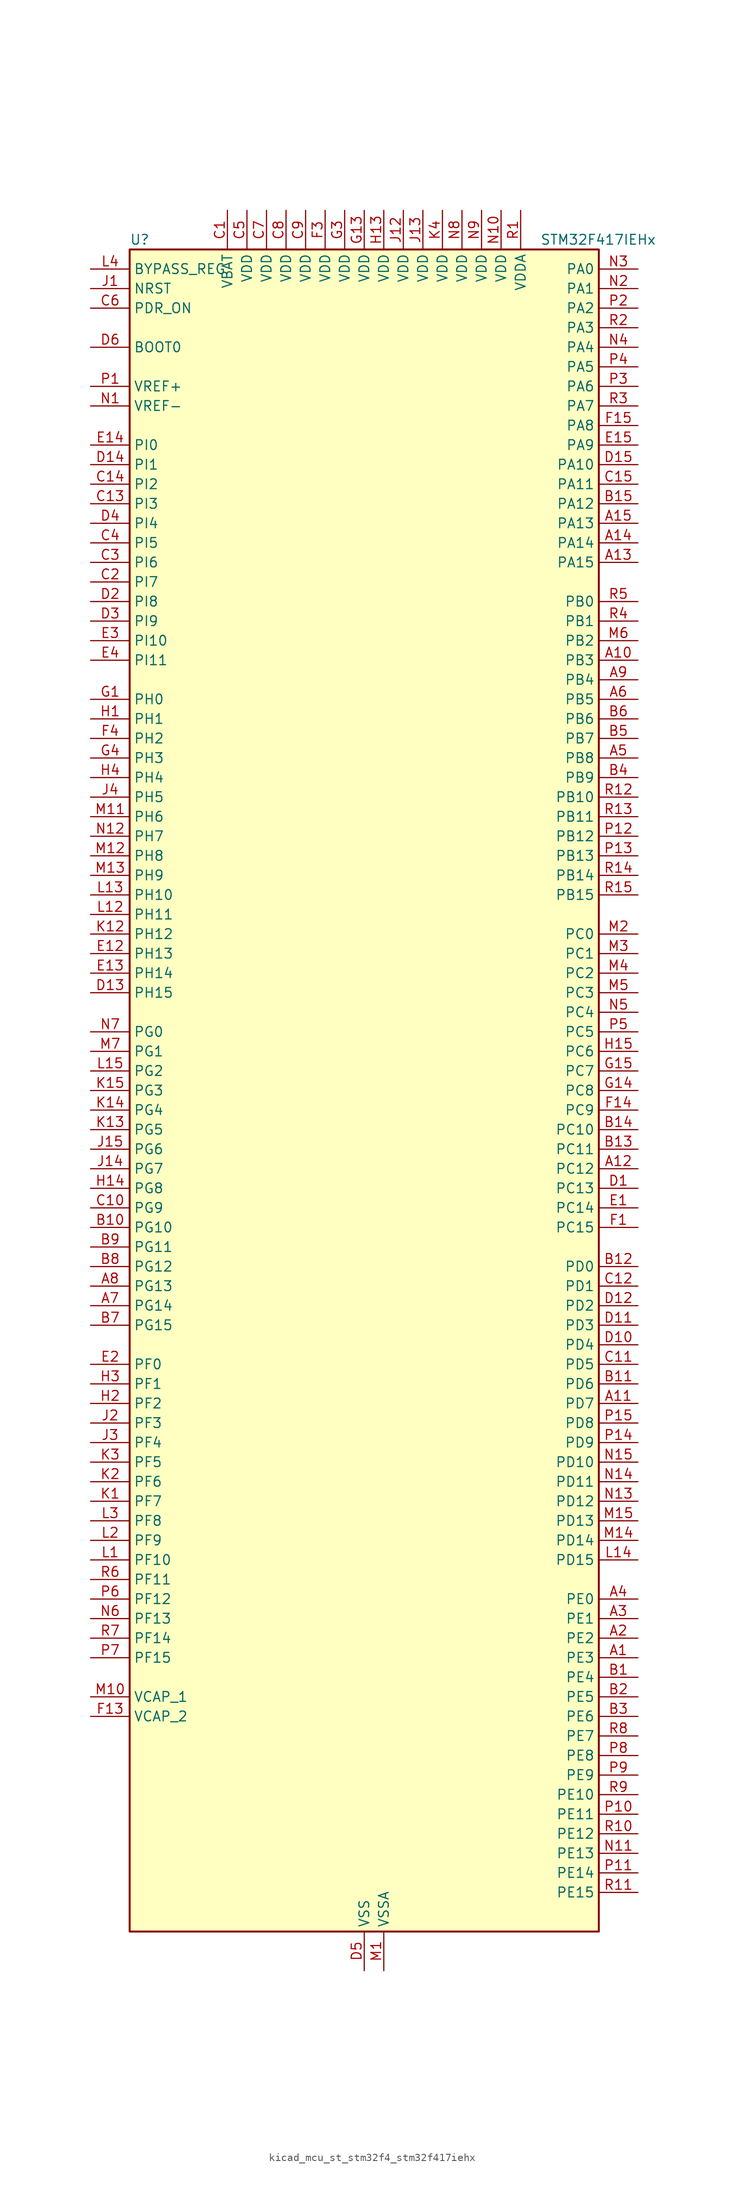
<source format=kicad_sym>
(kicad_symbol_lib
  (version 20220914)
  (generator kicad_symbol_editor)
  (symbol "kicad_mcu_st_stm32f4_stm32f417iehx"
    (property "Reference" "U"
      (at -30.48 110.49 0)
      (effects (font (size 1.27 1.27)) (justify left)))
    (property "Value" "STM32F417IEHx"
      (at 22.86 110.49 0)
      (effects (font (size 1.27 1.27)) (justify left)))
    (property "ki_locked" ""
      (at 0 0 0)
      (effects (font (size 1.27 1.27))))
    (symbol "kicad_mcu_st_stm32f4_stm32f417iehx_0_1"
      (rectangle (start -30.48 -109.22) (end 30.48 109.22) (stroke (width 0.254) (type default)) (fill (type background))))
    (symbol "kicad_mcu_st_stm32f4_stm32f417iehx_1_1"
      (pin bidirectional line (at 35.56 -73.66 180) (length 5.08) (name "PE3" (effects (font (size 1.27 1.27)))) (number "A1" (effects (font (size 1.27 1.27)))) (alternate "FSMC_A19" bidirectional line) (alternate "SYS_TRACED0" bidirectional line))
      (pin bidirectional line (at 35.56 55.88 180) (length 5.08) (name "PB3" (effects (font (size 1.27 1.27)))) (number "A10" (effects (font (size 1.27 1.27)))) (alternate "I2S3_CK" bidirectional line) (alternate "SPI1_SCK" bidirectional line) (alternate "SPI3_SCK" bidirectional line) (alternate "SYS_JTDO-SWO" bidirectional line) (alternate "TIM2_CH2" bidirectional line))
      (pin bidirectional line (at 35.56 -40.64 180) (length 5.08) (name "PD7" (effects (font (size 1.27 1.27)))) (number "A11" (effects (font (size 1.27 1.27)))) (alternate "FSMC_NCE2" bidirectional line) (alternate "FSMC_NE1" bidirectional line) (alternate "USART2_CK" bidirectional line))
      (pin bidirectional line (at 35.56 -10.16 180) (length 5.08) (name "PC12" (effects (font (size 1.27 1.27)))) (number "A12" (effects (font (size 1.27 1.27)))) (alternate "DCMI_D9" bidirectional line) (alternate "I2S3_SD" bidirectional line) (alternate "SDIO_CK" bidirectional line) (alternate "SPI3_MOSI" bidirectional line) (alternate "UART5_TX" bidirectional line) (alternate "USART3_CK" bidirectional line))
      (pin bidirectional line (at 35.56 68.58 180) (length 5.08) (name "PA15" (effects (font (size 1.27 1.27)))) (number "A13" (effects (font (size 1.27 1.27)))) (alternate "ADC1_EXTI15" bidirectional line) (alternate "ADC2_EXTI15" bidirectional line) (alternate "ADC3_EXTI15" bidirectional line) (alternate "I2S3_WS" bidirectional line) (alternate "SPI1_NSS" bidirectional line) (alternate "SPI3_NSS" bidirectional line) (alternate "SYS_JTDI" bidirectional line) (alternate "TIM2_CH1" bidirectional line) (alternate "TIM2_ETR" bidirectional line))
      (pin bidirectional line (at 35.56 71.12 180) (length 5.08) (name "PA14" (effects (font (size 1.27 1.27)))) (number "A14" (effects (font (size 1.27 1.27)))) (alternate "SYS_JTCK-SWCLK" bidirectional line))
      (pin bidirectional line (at 35.56 73.66 180) (length 5.08) (name "PA13" (effects (font (size 1.27 1.27)))) (number "A15" (effects (font (size 1.27 1.27)))) (alternate "SYS_JTMS-SWDIO" bidirectional line))
      (pin bidirectional line (at 35.56 -71.12 180) (length 5.08) (name "PE2" (effects (font (size 1.27 1.27)))) (number "A2" (effects (font (size 1.27 1.27)))) (alternate "ETH_TXD3" bidirectional line) (alternate "FSMC_A23" bidirectional line) (alternate "SYS_TRACECLK" bidirectional line))
      (pin bidirectional line (at 35.56 -68.58 180) (length 5.08) (name "PE1" (effects (font (size 1.27 1.27)))) (number "A3" (effects (font (size 1.27 1.27)))) (alternate "DCMI_D3" bidirectional line) (alternate "FSMC_NBL1" bidirectional line))
      (pin bidirectional line (at 35.56 -66.04 180) (length 5.08) (name "PE0" (effects (font (size 1.27 1.27)))) (number "A4" (effects (font (size 1.27 1.27)))) (alternate "DCMI_D2" bidirectional line) (alternate "FSMC_NBL0" bidirectional line) (alternate "TIM4_ETR" bidirectional line))
      (pin bidirectional line (at 35.56 43.18 180) (length 5.08) (name "PB8" (effects (font (size 1.27 1.27)))) (number "A5" (effects (font (size 1.27 1.27)))) (alternate "CAN1_RX" bidirectional line) (alternate "DCMI_D6" bidirectional line) (alternate "ETH_TXD3" bidirectional line) (alternate "I2C1_SCL" bidirectional line) (alternate "SDIO_D4" bidirectional line) (alternate "TIM10_CH1" bidirectional line) (alternate "TIM4_CH3" bidirectional line))
      (pin bidirectional line (at 35.56 50.8 180) (length 5.08) (name "PB5" (effects (font (size 1.27 1.27)))) (number "A6" (effects (font (size 1.27 1.27)))) (alternate "CAN2_RX" bidirectional line) (alternate "DCMI_D10" bidirectional line) (alternate "ETH_PPS_OUT" bidirectional line) (alternate "I2C1_SMBA" bidirectional line) (alternate "I2S3_SD" bidirectional line) (alternate "SPI1_MOSI" bidirectional line) (alternate "SPI3_MOSI" bidirectional line) (alternate "TIM3_CH2" bidirectional line) (alternate "USB_OTG_HS_ULPI_D7" bidirectional line))
      (pin bidirectional line (at -35.56 -27.94 0) (length 5.08) (name "PG14" (effects (font (size 1.27 1.27)))) (number "A7" (effects (font (size 1.27 1.27)))) (alternate "ETH_TXD1" bidirectional line) (alternate "FSMC_A25" bidirectional line) (alternate "USART6_TX" bidirectional line))
      (pin bidirectional line (at -35.56 -25.4 0) (length 5.08) (name "PG13" (effects (font (size 1.27 1.27)))) (number "A8" (effects (font (size 1.27 1.27)))) (alternate "ETH_TXD0" bidirectional line) (alternate "FSMC_A24" bidirectional line) (alternate "USART6_CTS" bidirectional line))
      (pin bidirectional line (at 35.56 53.34 180) (length 5.08) (name "PB4" (effects (font (size 1.27 1.27)))) (number "A9" (effects (font (size 1.27 1.27)))) (alternate "I2S3_ext_SD" bidirectional line) (alternate "SPI1_MISO" bidirectional line) (alternate "SPI3_MISO" bidirectional line) (alternate "SYS_JTRST" bidirectional line) (alternate "TIM3_CH1" bidirectional line))
      (pin bidirectional line (at 35.56 -76.2 180) (length 5.08) (name "PE4" (effects (font (size 1.27 1.27)))) (number "B1" (effects (font (size 1.27 1.27)))) (alternate "DCMI_D4" bidirectional line) (alternate "FSMC_A20" bidirectional line) (alternate "SYS_TRACED1" bidirectional line))
      (pin bidirectional line (at -35.56 -17.78 0) (length 5.08) (name "PG10" (effects (font (size 1.27 1.27)))) (number "B10" (effects (font (size 1.27 1.27)))) (alternate "FSMC_NCE4_1" bidirectional line) (alternate "FSMC_NE3" bidirectional line))
      (pin bidirectional line (at 35.56 -38.1 180) (length 5.08) (name "PD6" (effects (font (size 1.27 1.27)))) (number "B11" (effects (font (size 1.27 1.27)))) (alternate "FSMC_NWAIT" bidirectional line) (alternate "USART2_RX" bidirectional line))
      (pin bidirectional line (at 35.56 -22.86 180) (length 5.08) (name "PD0" (effects (font (size 1.27 1.27)))) (number "B12" (effects (font (size 1.27 1.27)))) (alternate "CAN1_RX" bidirectional line) (alternate "FSMC_D2" bidirectional line) (alternate "FSMC_DA2" bidirectional line))
      (pin bidirectional line (at 35.56 -7.62 180) (length 5.08) (name "PC11" (effects (font (size 1.27 1.27)))) (number "B13" (effects (font (size 1.27 1.27)))) (alternate "ADC1_EXTI11" bidirectional line) (alternate "ADC2_EXTI11" bidirectional line) (alternate "ADC3_EXTI11" bidirectional line) (alternate "DCMI_D4" bidirectional line) (alternate "I2S3_ext_SD" bidirectional line) (alternate "SDIO_D3" bidirectional line) (alternate "SPI3_MISO" bidirectional line) (alternate "UART4_RX" bidirectional line) (alternate "USART3_RX" bidirectional line))
      (pin bidirectional line (at 35.56 -5.08 180) (length 5.08) (name "PC10" (effects (font (size 1.27 1.27)))) (number "B14" (effects (font (size 1.27 1.27)))) (alternate "DCMI_D8" bidirectional line) (alternate "I2S3_CK" bidirectional line) (alternate "SDIO_D2" bidirectional line) (alternate "SPI3_SCK" bidirectional line) (alternate "UART4_TX" bidirectional line) (alternate "USART3_TX" bidirectional line))
      (pin bidirectional line (at 35.56 76.2 180) (length 5.08) (name "PA12" (effects (font (size 1.27 1.27)))) (number "B15" (effects (font (size 1.27 1.27)))) (alternate "CAN1_TX" bidirectional line) (alternate "TIM1_ETR" bidirectional line) (alternate "USART1_RTS" bidirectional line) (alternate "USB_OTG_FS_DP" bidirectional line))
      (pin bidirectional line (at 35.56 -78.74 180) (length 5.08) (name "PE5" (effects (font (size 1.27 1.27)))) (number "B2" (effects (font (size 1.27 1.27)))) (alternate "DCMI_D6" bidirectional line) (alternate "FSMC_A21" bidirectional line) (alternate "SYS_TRACED2" bidirectional line) (alternate "TIM9_CH1" bidirectional line))
      (pin bidirectional line (at 35.56 -81.28 180) (length 5.08) (name "PE6" (effects (font (size 1.27 1.27)))) (number "B3" (effects (font (size 1.27 1.27)))) (alternate "DCMI_D7" bidirectional line) (alternate "FSMC_A22" bidirectional line) (alternate "SYS_TRACED3" bidirectional line) (alternate "TIM9_CH2" bidirectional line))
      (pin bidirectional line (at 35.56 40.64 180) (length 5.08) (name "PB9" (effects (font (size 1.27 1.27)))) (number "B4" (effects (font (size 1.27 1.27)))) (alternate "CAN1_TX" bidirectional line) (alternate "DAC_EXTI9" bidirectional line) (alternate "DCMI_D7" bidirectional line) (alternate "I2C1_SDA" bidirectional line) (alternate "I2S2_WS" bidirectional line) (alternate "SDIO_D5" bidirectional line) (alternate "SPI2_NSS" bidirectional line) (alternate "TIM11_CH1" bidirectional line) (alternate "TIM4_CH4" bidirectional line))
      (pin bidirectional line (at 35.56 45.72 180) (length 5.08) (name "PB7" (effects (font (size 1.27 1.27)))) (number "B5" (effects (font (size 1.27 1.27)))) (alternate "DCMI_VSYNC" bidirectional line) (alternate "FSMC_NL" bidirectional line) (alternate "I2C1_SDA" bidirectional line) (alternate "TIM4_CH2" bidirectional line) (alternate "USART1_RX" bidirectional line))
      (pin bidirectional line (at 35.56 48.26 180) (length 5.08) (name "PB6" (effects (font (size 1.27 1.27)))) (number "B6" (effects (font (size 1.27 1.27)))) (alternate "CAN2_TX" bidirectional line) (alternate "DCMI_D5" bidirectional line) (alternate "I2C1_SCL" bidirectional line) (alternate "TIM4_CH1" bidirectional line) (alternate "USART1_TX" bidirectional line))
      (pin bidirectional line (at -35.56 -30.48 0) (length 5.08) (name "PG15" (effects (font (size 1.27 1.27)))) (number "B7" (effects (font (size 1.27 1.27)))) (alternate "ADC1_EXTI15" bidirectional line) (alternate "ADC2_EXTI15" bidirectional line) (alternate "ADC3_EXTI15" bidirectional line) (alternate "DCMI_D13" bidirectional line) (alternate "USART6_CTS" bidirectional line))
      (pin bidirectional line (at -35.56 -22.86 0) (length 5.08) (name "PG12" (effects (font (size 1.27 1.27)))) (number "B8" (effects (font (size 1.27 1.27)))) (alternate "FSMC_NE4" bidirectional line) (alternate "USART6_RTS" bidirectional line))
      (pin bidirectional line (at -35.56 -20.32 0) (length 5.08) (name "PG11" (effects (font (size 1.27 1.27)))) (number "B9" (effects (font (size 1.27 1.27)))) (alternate "ADC1_EXTI11" bidirectional line) (alternate "ADC2_EXTI11" bidirectional line) (alternate "ADC3_EXTI11" bidirectional line) (alternate "ETH_TX_EN" bidirectional line) (alternate "FSMC_NCE4_2" bidirectional line))
      (pin power_in line (at -17.78 114.3 270) (length 5.08) (name "VBAT" (effects (font (size 1.27 1.27)))) (number "C1" (effects (font (size 1.27 1.27)))))
      (pin bidirectional line (at -35.56 -15.24 0) (length 5.08) (name "PG9" (effects (font (size 1.27 1.27)))) (number "C10" (effects (font (size 1.27 1.27)))) (alternate "DAC_EXTI9" bidirectional line) (alternate "FSMC_NCE3" bidirectional line) (alternate "FSMC_NE2" bidirectional line) (alternate "USART6_RX" bidirectional line))
      (pin bidirectional line (at 35.56 -35.56 180) (length 5.08) (name "PD5" (effects (font (size 1.27 1.27)))) (number "C11" (effects (font (size 1.27 1.27)))) (alternate "FSMC_NWE" bidirectional line) (alternate "USART2_TX" bidirectional line))
      (pin bidirectional line (at 35.56 -25.4 180) (length 5.08) (name "PD1" (effects (font (size 1.27 1.27)))) (number "C12" (effects (font (size 1.27 1.27)))) (alternate "CAN1_TX" bidirectional line) (alternate "FSMC_D3" bidirectional line) (alternate "FSMC_DA3" bidirectional line))
      (pin bidirectional line (at -35.56 76.2 0) (length 5.08) (name "PI3" (effects (font (size 1.27 1.27)))) (number "C13" (effects (font (size 1.27 1.27)))) (alternate "DCMI_D10" bidirectional line) (alternate "I2S2_SD" bidirectional line) (alternate "SPI2_MOSI" bidirectional line) (alternate "TIM8_ETR" bidirectional line))
      (pin bidirectional line (at -35.56 78.74 0) (length 5.08) (name "PI2" (effects (font (size 1.27 1.27)))) (number "C14" (effects (font (size 1.27 1.27)))) (alternate "DCMI_D9" bidirectional line) (alternate "I2S2_ext_SD" bidirectional line) (alternate "SPI2_MISO" bidirectional line) (alternate "TIM8_CH4" bidirectional line))
      (pin bidirectional line (at 35.56 78.74 180) (length 5.08) (name "PA11" (effects (font (size 1.27 1.27)))) (number "C15" (effects (font (size 1.27 1.27)))) (alternate "ADC1_EXTI11" bidirectional line) (alternate "ADC2_EXTI11" bidirectional line) (alternate "ADC3_EXTI11" bidirectional line) (alternate "CAN1_RX" bidirectional line) (alternate "TIM1_CH4" bidirectional line) (alternate "USART1_CTS" bidirectional line) (alternate "USB_OTG_FS_DM" bidirectional line))
      (pin bidirectional line (at -35.56 66.04 0) (length 5.08) (name "PI7" (effects (font (size 1.27 1.27)))) (number "C2" (effects (font (size 1.27 1.27)))) (alternate "DCMI_D7" bidirectional line) (alternate "TIM8_CH3" bidirectional line))
      (pin bidirectional line (at -35.56 68.58 0) (length 5.08) (name "PI6" (effects (font (size 1.27 1.27)))) (number "C3" (effects (font (size 1.27 1.27)))) (alternate "DCMI_D6" bidirectional line) (alternate "TIM8_CH2" bidirectional line))
      (pin bidirectional line (at -35.56 71.12 0) (length 5.08) (name "PI5" (effects (font (size 1.27 1.27)))) (number "C4" (effects (font (size 1.27 1.27)))) (alternate "DCMI_VSYNC" bidirectional line) (alternate "TIM8_CH1" bidirectional line))
      (pin power_in line (at -15.24 114.3 270) (length 5.08) (name "VDD" (effects (font (size 1.27 1.27)))) (number "C5" (effects (font (size 1.27 1.27)))))
      (pin input line (at -35.56 101.6 0) (length 5.08) (name "PDR_ON" (effects (font (size 1.27 1.27)))) (number "C6" (effects (font (size 1.27 1.27)))))
      (pin power_in line (at -12.7 114.3 270) (length 5.08) (name "VDD" (effects (font (size 1.27 1.27)))) (number "C7" (effects (font (size 1.27 1.27)))))
      (pin power_in line (at -10.16 114.3 270) (length 5.08) (name "VDD" (effects (font (size 1.27 1.27)))) (number "C8" (effects (font (size 1.27 1.27)))))
      (pin power_in line (at -7.62 114.3 270) (length 5.08) (name "VDD" (effects (font (size 1.27 1.27)))) (number "C9" (effects (font (size 1.27 1.27)))))
      (pin bidirectional line (at 35.56 -12.7 180) (length 5.08) (name "PC13" (effects (font (size 1.27 1.27)))) (number "D1" (effects (font (size 1.27 1.27)))) (alternate "RTC_AF1" bidirectional line))
      (pin bidirectional line (at 35.56 -33.02 180) (length 5.08) (name "PD4" (effects (font (size 1.27 1.27)))) (number "D10" (effects (font (size 1.27 1.27)))) (alternate "FSMC_NOE" bidirectional line) (alternate "USART2_RTS" bidirectional line))
      (pin bidirectional line (at 35.56 -30.48 180) (length 5.08) (name "PD3" (effects (font (size 1.27 1.27)))) (number "D11" (effects (font (size 1.27 1.27)))) (alternate "FSMC_CLK" bidirectional line) (alternate "USART2_CTS" bidirectional line))
      (pin bidirectional line (at 35.56 -27.94 180) (length 5.08) (name "PD2" (effects (font (size 1.27 1.27)))) (number "D12" (effects (font (size 1.27 1.27)))) (alternate "DCMI_D11" bidirectional line) (alternate "SDIO_CMD" bidirectional line) (alternate "TIM3_ETR" bidirectional line) (alternate "UART5_RX" bidirectional line))
      (pin bidirectional line (at -35.56 12.7 0) (length 5.08) (name "PH15" (effects (font (size 1.27 1.27)))) (number "D13" (effects (font (size 1.27 1.27)))) (alternate "ADC1_EXTI15" bidirectional line) (alternate "ADC2_EXTI15" bidirectional line) (alternate "ADC3_EXTI15" bidirectional line) (alternate "DCMI_D11" bidirectional line) (alternate "TIM8_CH3N" bidirectional line))
      (pin bidirectional line (at -35.56 81.28 0) (length 5.08) (name "PI1" (effects (font (size 1.27 1.27)))) (number "D14" (effects (font (size 1.27 1.27)))) (alternate "DCMI_D8" bidirectional line) (alternate "I2S2_CK" bidirectional line) (alternate "SPI2_SCK" bidirectional line))
      (pin bidirectional line (at 35.56 81.28 180) (length 5.08) (name "PA10" (effects (font (size 1.27 1.27)))) (number "D15" (effects (font (size 1.27 1.27)))) (alternate "DCMI_D1" bidirectional line) (alternate "TIM1_CH3" bidirectional line) (alternate "USART1_RX" bidirectional line) (alternate "USB_OTG_FS_ID" bidirectional line))
      (pin bidirectional line (at -35.56 63.5 0) (length 5.08) (name "PI8" (effects (font (size 1.27 1.27)))) (number "D2" (effects (font (size 1.27 1.27)))) (alternate "RTC_AF2" bidirectional line))
      (pin bidirectional line (at -35.56 60.96 0) (length 5.08) (name "PI9" (effects (font (size 1.27 1.27)))) (number "D3" (effects (font (size 1.27 1.27)))) (alternate "CAN1_RX" bidirectional line) (alternate "DAC_EXTI9" bidirectional line))
      (pin bidirectional line (at -35.56 73.66 0) (length 5.08) (name "PI4" (effects (font (size 1.27 1.27)))) (number "D4" (effects (font (size 1.27 1.27)))) (alternate "DCMI_D5" bidirectional line) (alternate "TIM8_BKIN" bidirectional line))
      (pin power_in line (at 0 -114.3 90) (length 5.08) (name "VSS" (effects (font (size 1.27 1.27)))) (number "D5" (effects (font (size 1.27 1.27)))))
      (pin input line (at -35.56 96.52 0) (length 5.08) (name "BOOT0" (effects (font (size 1.27 1.27)))) (number "D6" (effects (font (size 1.27 1.27)))))
      (pin passive line (at 0 -114.3 90) (length 5.08) hide (name "VSS" (effects (font (size 1.27 1.27)))) (number "D7" (effects (font (size 1.27 1.27)))))
      (pin passive line (at 0 -114.3 90) (length 5.08) hide (name "VSS" (effects (font (size 1.27 1.27)))) (number "D8" (effects (font (size 1.27 1.27)))))
      (pin passive line (at 0 -114.3 90) (length 5.08) hide (name "VSS" (effects (font (size 1.27 1.27)))) (number "D9" (effects (font (size 1.27 1.27)))))
      (pin bidirectional line (at 35.56 -15.24 180) (length 5.08) (name "PC14" (effects (font (size 1.27 1.27)))) (number "E1" (effects (font (size 1.27 1.27)))) (alternate "RCC_OSC32_IN" bidirectional line))
      (pin bidirectional line (at -35.56 17.78 0) (length 5.08) (name "PH13" (effects (font (size 1.27 1.27)))) (number "E12" (effects (font (size 1.27 1.27)))) (alternate "CAN1_TX" bidirectional line) (alternate "TIM8_CH1N" bidirectional line))
      (pin bidirectional line (at -35.56 15.24 0) (length 5.08) (name "PH14" (effects (font (size 1.27 1.27)))) (number "E13" (effects (font (size 1.27 1.27)))) (alternate "DCMI_D4" bidirectional line) (alternate "TIM8_CH2N" bidirectional line))
      (pin bidirectional line (at -35.56 83.82 0) (length 5.08) (name "PI0" (effects (font (size 1.27 1.27)))) (number "E14" (effects (font (size 1.27 1.27)))) (alternate "DCMI_D13" bidirectional line) (alternate "I2S2_WS" bidirectional line) (alternate "SPI2_NSS" bidirectional line) (alternate "TIM5_CH4" bidirectional line))
      (pin bidirectional line (at 35.56 83.82 180) (length 5.08) (name "PA9" (effects (font (size 1.27 1.27)))) (number "E15" (effects (font (size 1.27 1.27)))) (alternate "DAC_EXTI9" bidirectional line) (alternate "DCMI_D0" bidirectional line) (alternate "I2C3_SMBA" bidirectional line) (alternate "TIM1_CH2" bidirectional line) (alternate "USART1_TX" bidirectional line) (alternate "USB_OTG_FS_VBUS" bidirectional line))
      (pin bidirectional line (at -35.56 -35.56 0) (length 5.08) (name "PF0" (effects (font (size 1.27 1.27)))) (number "E2" (effects (font (size 1.27 1.27)))) (alternate "FSMC_A0" bidirectional line) (alternate "I2C2_SDA" bidirectional line))
      (pin bidirectional line (at -35.56 58.42 0) (length 5.08) (name "PI10" (effects (font (size 1.27 1.27)))) (number "E3" (effects (font (size 1.27 1.27)))) (alternate "ETH_RX_ER" bidirectional line))
      (pin bidirectional line (at -35.56 55.88 0) (length 5.08) (name "PI11" (effects (font (size 1.27 1.27)))) (number "E4" (effects (font (size 1.27 1.27)))) (alternate "ADC1_EXTI11" bidirectional line) (alternate "ADC2_EXTI11" bidirectional line) (alternate "ADC3_EXTI11" bidirectional line) (alternate "USB_OTG_HS_ULPI_DIR" bidirectional line))
      (pin bidirectional line (at 35.56 -17.78 180) (length 5.08) (name "PC15" (effects (font (size 1.27 1.27)))) (number "F1" (effects (font (size 1.27 1.27)))) (alternate "ADC1_EXTI15" bidirectional line) (alternate "ADC2_EXTI15" bidirectional line) (alternate "ADC3_EXTI15" bidirectional line) (alternate "RCC_OSC32_OUT" bidirectional line))
      (pin passive line (at 0 -114.3 90) (length 5.08) hide (name "VSS" (effects (font (size 1.27 1.27)))) (number "F10" (effects (font (size 1.27 1.27)))))
      (pin passive line (at 0 -114.3 90) (length 5.08) hide (name "VSS" (effects (font (size 1.27 1.27)))) (number "F12" (effects (font (size 1.27 1.27)))))
      (pin power_out line (at -35.56 -81.28 0) (length 5.08) (name "VCAP_2" (effects (font (size 1.27 1.27)))) (number "F13" (effects (font (size 1.27 1.27)))))
      (pin bidirectional line (at 35.56 -2.54 180) (length 5.08) (name "PC9" (effects (font (size 1.27 1.27)))) (number "F14" (effects (font (size 1.27 1.27)))) (alternate "DAC_EXTI9" bidirectional line) (alternate "DCMI_D3" bidirectional line) (alternate "I2C3_SDA" bidirectional line) (alternate "I2S_CKIN" bidirectional line) (alternate "RCC_MCO_2" bidirectional line) (alternate "SDIO_D1" bidirectional line) (alternate "TIM3_CH4" bidirectional line) (alternate "TIM8_CH4" bidirectional line))
      (pin bidirectional line (at 35.56 86.36 180) (length 5.08) (name "PA8" (effects (font (size 1.27 1.27)))) (number "F15" (effects (font (size 1.27 1.27)))) (alternate "I2C3_SCL" bidirectional line) (alternate "RCC_MCO_1" bidirectional line) (alternate "TIM1_CH1" bidirectional line) (alternate "USART1_CK" bidirectional line) (alternate "USB_OTG_FS_SOF" bidirectional line))
      (pin passive line (at 0 -114.3 90) (length 5.08) hide (name "VSS" (effects (font (size 1.27 1.27)))) (number "F2" (effects (font (size 1.27 1.27)))))
      (pin power_in line (at -5.08 114.3 270) (length 5.08) (name "VDD" (effects (font (size 1.27 1.27)))) (number "F3" (effects (font (size 1.27 1.27)))))
      (pin bidirectional line (at -35.56 45.72 0) (length 5.08) (name "PH2" (effects (font (size 1.27 1.27)))) (number "F4" (effects (font (size 1.27 1.27)))) (alternate "ETH_CRS" bidirectional line))
      (pin passive line (at 0 -114.3 90) (length 5.08) hide (name "VSS" (effects (font (size 1.27 1.27)))) (number "F6" (effects (font (size 1.27 1.27)))))
      (pin passive line (at 0 -114.3 90) (length 5.08) hide (name "VSS" (effects (font (size 1.27 1.27)))) (number "F7" (effects (font (size 1.27 1.27)))))
      (pin passive line (at 0 -114.3 90) (length 5.08) hide (name "VSS" (effects (font (size 1.27 1.27)))) (number "F8" (effects (font (size 1.27 1.27)))))
      (pin passive line (at 0 -114.3 90) (length 5.08) hide (name "VSS" (effects (font (size 1.27 1.27)))) (number "F9" (effects (font (size 1.27 1.27)))))
      (pin bidirectional line (at -35.56 50.8 0) (length 5.08) (name "PH0" (effects (font (size 1.27 1.27)))) (number "G1" (effects (font (size 1.27 1.27)))) (alternate "RCC_OSC_IN" bidirectional line))
      (pin passive line (at 0 -114.3 90) (length 5.08) hide (name "VSS" (effects (font (size 1.27 1.27)))) (number "G10" (effects (font (size 1.27 1.27)))))
      (pin passive line (at 0 -114.3 90) (length 5.08) hide (name "VSS" (effects (font (size 1.27 1.27)))) (number "G12" (effects (font (size 1.27 1.27)))))
      (pin power_in line (at 0 114.3 270) (length 5.08) (name "VDD" (effects (font (size 1.27 1.27)))) (number "G13" (effects (font (size 1.27 1.27)))))
      (pin bidirectional line (at 35.56 0 180) (length 5.08) (name "PC8" (effects (font (size 1.27 1.27)))) (number "G14" (effects (font (size 1.27 1.27)))) (alternate "DCMI_D2" bidirectional line) (alternate "SDIO_D0" bidirectional line) (alternate "TIM3_CH3" bidirectional line) (alternate "TIM8_CH3" bidirectional line) (alternate "USART6_CK" bidirectional line))
      (pin bidirectional line (at 35.56 2.54 180) (length 5.08) (name "PC7" (effects (font (size 1.27 1.27)))) (number "G15" (effects (font (size 1.27 1.27)))) (alternate "DCMI_D1" bidirectional line) (alternate "I2S3_MCK" bidirectional line) (alternate "SDIO_D7" bidirectional line) (alternate "TIM3_CH2" bidirectional line) (alternate "TIM8_CH2" bidirectional line) (alternate "USART6_RX" bidirectional line))
      (pin passive line (at 0 -114.3 90) (length 5.08) hide (name "VSS" (effects (font (size 1.27 1.27)))) (number "G2" (effects (font (size 1.27 1.27)))))
      (pin power_in line (at -2.54 114.3 270) (length 5.08) (name "VDD" (effects (font (size 1.27 1.27)))) (number "G3" (effects (font (size 1.27 1.27)))))
      (pin bidirectional line (at -35.56 43.18 0) (length 5.08) (name "PH3" (effects (font (size 1.27 1.27)))) (number "G4" (effects (font (size 1.27 1.27)))) (alternate "ETH_COL" bidirectional line))
      (pin passive line (at 0 -114.3 90) (length 5.08) hide (name "VSS" (effects (font (size 1.27 1.27)))) (number "G6" (effects (font (size 1.27 1.27)))))
      (pin passive line (at 0 -114.3 90) (length 5.08) hide (name "VSS" (effects (font (size 1.27 1.27)))) (number "G7" (effects (font (size 1.27 1.27)))))
      (pin passive line (at 0 -114.3 90) (length 5.08) hide (name "VSS" (effects (font (size 1.27 1.27)))) (number "G8" (effects (font (size 1.27 1.27)))))
      (pin passive line (at 0 -114.3 90) (length 5.08) hide (name "VSS" (effects (font (size 1.27 1.27)))) (number "G9" (effects (font (size 1.27 1.27)))))
      (pin bidirectional line (at -35.56 48.26 0) (length 5.08) (name "PH1" (effects (font (size 1.27 1.27)))) (number "H1" (effects (font (size 1.27 1.27)))) (alternate "RCC_OSC_OUT" bidirectional line))
      (pin passive line (at 0 -114.3 90) (length 5.08) hide (name "VSS" (effects (font (size 1.27 1.27)))) (number "H10" (effects (font (size 1.27 1.27)))))
      (pin passive line (at 0 -114.3 90) (length 5.08) hide (name "VSS" (effects (font (size 1.27 1.27)))) (number "H12" (effects (font (size 1.27 1.27)))))
      (pin power_in line (at 2.54 114.3 270) (length 5.08) (name "VDD" (effects (font (size 1.27 1.27)))) (number "H13" (effects (font (size 1.27 1.27)))))
      (pin bidirectional line (at -35.56 -12.7 0) (length 5.08) (name "PG8" (effects (font (size 1.27 1.27)))) (number "H14" (effects (font (size 1.27 1.27)))) (alternate "ETH_PPS_OUT" bidirectional line) (alternate "USART6_RTS" bidirectional line))
      (pin bidirectional line (at 35.56 5.08 180) (length 5.08) (name "PC6" (effects (font (size 1.27 1.27)))) (number "H15" (effects (font (size 1.27 1.27)))) (alternate "DCMI_D0" bidirectional line) (alternate "I2S2_MCK" bidirectional line) (alternate "SDIO_D6" bidirectional line) (alternate "TIM3_CH1" bidirectional line) (alternate "TIM8_CH1" bidirectional line) (alternate "USART6_TX" bidirectional line))
      (pin bidirectional line (at -35.56 -40.64 0) (length 5.08) (name "PF2" (effects (font (size 1.27 1.27)))) (number "H2" (effects (font (size 1.27 1.27)))) (alternate "FSMC_A2" bidirectional line) (alternate "I2C2_SMBA" bidirectional line))
      (pin bidirectional line (at -35.56 -38.1 0) (length 5.08) (name "PF1" (effects (font (size 1.27 1.27)))) (number "H3" (effects (font (size 1.27 1.27)))) (alternate "FSMC_A1" bidirectional line) (alternate "I2C2_SCL" bidirectional line))
      (pin bidirectional line (at -35.56 40.64 0) (length 5.08) (name "PH4" (effects (font (size 1.27 1.27)))) (number "H4" (effects (font (size 1.27 1.27)))) (alternate "I2C2_SCL" bidirectional line) (alternate "USB_OTG_HS_ULPI_NXT" bidirectional line))
      (pin passive line (at 0 -114.3 90) (length 5.08) hide (name "VSS" (effects (font (size 1.27 1.27)))) (number "H6" (effects (font (size 1.27 1.27)))))
      (pin passive line (at 0 -114.3 90) (length 5.08) hide (name "VSS" (effects (font (size 1.27 1.27)))) (number "H7" (effects (font (size 1.27 1.27)))))
      (pin passive line (at 0 -114.3 90) (length 5.08) hide (name "VSS" (effects (font (size 1.27 1.27)))) (number "H8" (effects (font (size 1.27 1.27)))))
      (pin passive line (at 0 -114.3 90) (length 5.08) hide (name "VSS" (effects (font (size 1.27 1.27)))) (number "H9" (effects (font (size 1.27 1.27)))))
      (pin input line (at -35.56 104.14 0) (length 5.08) (name "NRST" (effects (font (size 1.27 1.27)))) (number "J1" (effects (font (size 1.27 1.27)))))
      (pin passive line (at 0 -114.3 90) (length 5.08) hide (name "VSS" (effects (font (size 1.27 1.27)))) (number "J10" (effects (font (size 1.27 1.27)))))
      (pin power_in line (at 5.08 114.3 270) (length 5.08) (name "VDD" (effects (font (size 1.27 1.27)))) (number "J12" (effects (font (size 1.27 1.27)))))
      (pin power_in line (at 7.62 114.3 270) (length 5.08) (name "VDD" (effects (font (size 1.27 1.27)))) (number "J13" (effects (font (size 1.27 1.27)))))
      (pin bidirectional line (at -35.56 -10.16 0) (length 5.08) (name "PG7" (effects (font (size 1.27 1.27)))) (number "J14" (effects (font (size 1.27 1.27)))) (alternate "FSMC_INT3" bidirectional line) (alternate "USART6_CK" bidirectional line))
      (pin bidirectional line (at -35.56 -7.62 0) (length 5.08) (name "PG6" (effects (font (size 1.27 1.27)))) (number "J15" (effects (font (size 1.27 1.27)))) (alternate "FSMC_INT2" bidirectional line))
      (pin bidirectional line (at -35.56 -43.18 0) (length 5.08) (name "PF3" (effects (font (size 1.27 1.27)))) (number "J2" (effects (font (size 1.27 1.27)))) (alternate "ADC3_IN9" bidirectional line) (alternate "FSMC_A3" bidirectional line))
      (pin bidirectional line (at -35.56 -45.72 0) (length 5.08) (name "PF4" (effects (font (size 1.27 1.27)))) (number "J3" (effects (font (size 1.27 1.27)))) (alternate "ADC3_IN14" bidirectional line) (alternate "FSMC_A4" bidirectional line))
      (pin bidirectional line (at -35.56 38.1 0) (length 5.08) (name "PH5" (effects (font (size 1.27 1.27)))) (number "J4" (effects (font (size 1.27 1.27)))) (alternate "I2C2_SDA" bidirectional line))
      (pin passive line (at 0 -114.3 90) (length 5.08) hide (name "VSS" (effects (font (size 1.27 1.27)))) (number "J6" (effects (font (size 1.27 1.27)))))
      (pin passive line (at 0 -114.3 90) (length 5.08) hide (name "VSS" (effects (font (size 1.27 1.27)))) (number "J7" (effects (font (size 1.27 1.27)))))
      (pin passive line (at 0 -114.3 90) (length 5.08) hide (name "VSS" (effects (font (size 1.27 1.27)))) (number "J8" (effects (font (size 1.27 1.27)))))
      (pin passive line (at 0 -114.3 90) (length 5.08) hide (name "VSS" (effects (font (size 1.27 1.27)))) (number "J9" (effects (font (size 1.27 1.27)))))
      (pin bidirectional line (at -35.56 -53.34 0) (length 5.08) (name "PF7" (effects (font (size 1.27 1.27)))) (number "K1" (effects (font (size 1.27 1.27)))) (alternate "ADC3_IN5" bidirectional line) (alternate "FSMC_NREG" bidirectional line) (alternate "TIM11_CH1" bidirectional line))
      (pin passive line (at 0 -114.3 90) (length 5.08) hide (name "VSS" (effects (font (size 1.27 1.27)))) (number "K10" (effects (font (size 1.27 1.27)))))
      (pin bidirectional line (at -35.56 20.32 0) (length 5.08) (name "PH12" (effects (font (size 1.27 1.27)))) (number "K12" (effects (font (size 1.27 1.27)))) (alternate "DCMI_D3" bidirectional line) (alternate "TIM5_CH3" bidirectional line))
      (pin bidirectional line (at -35.56 -5.08 0) (length 5.08) (name "PG5" (effects (font (size 1.27 1.27)))) (number "K13" (effects (font (size 1.27 1.27)))) (alternate "FSMC_A15" bidirectional line))
      (pin bidirectional line (at -35.56 -2.54 0) (length 5.08) (name "PG4" (effects (font (size 1.27 1.27)))) (number "K14" (effects (font (size 1.27 1.27)))) (alternate "FSMC_A14" bidirectional line))
      (pin bidirectional line (at -35.56 0 0) (length 5.08) (name "PG3" (effects (font (size 1.27 1.27)))) (number "K15" (effects (font (size 1.27 1.27)))) (alternate "FSMC_A13" bidirectional line))
      (pin bidirectional line (at -35.56 -50.8 0) (length 5.08) (name "PF6" (effects (font (size 1.27 1.27)))) (number "K2" (effects (font (size 1.27 1.27)))) (alternate "ADC3_IN4" bidirectional line) (alternate "FSMC_NIORD" bidirectional line) (alternate "TIM10_CH1" bidirectional line))
      (pin bidirectional line (at -35.56 -48.26 0) (length 5.08) (name "PF5" (effects (font (size 1.27 1.27)))) (number "K3" (effects (font (size 1.27 1.27)))) (alternate "ADC3_IN15" bidirectional line) (alternate "FSMC_A5" bidirectional line))
      (pin power_in line (at 10.16 114.3 270) (length 5.08) (name "VDD" (effects (font (size 1.27 1.27)))) (number "K4" (effects (font (size 1.27 1.27)))))
      (pin passive line (at 0 -114.3 90) (length 5.08) hide (name "VSS" (effects (font (size 1.27 1.27)))) (number "K6" (effects (font (size 1.27 1.27)))))
      (pin passive line (at 0 -114.3 90) (length 5.08) hide (name "VSS" (effects (font (size 1.27 1.27)))) (number "K7" (effects (font (size 1.27 1.27)))))
      (pin passive line (at 0 -114.3 90) (length 5.08) hide (name "VSS" (effects (font (size 1.27 1.27)))) (number "K8" (effects (font (size 1.27 1.27)))))
      (pin passive line (at 0 -114.3 90) (length 5.08) hide (name "VSS" (effects (font (size 1.27 1.27)))) (number "K9" (effects (font (size 1.27 1.27)))))
      (pin bidirectional line (at -35.56 -60.96 0) (length 5.08) (name "PF10" (effects (font (size 1.27 1.27)))) (number "L1" (effects (font (size 1.27 1.27)))) (alternate "ADC3_IN8" bidirectional line) (alternate "FSMC_INTR" bidirectional line))
      (pin bidirectional line (at -35.56 22.86 0) (length 5.08) (name "PH11" (effects (font (size 1.27 1.27)))) (number "L12" (effects (font (size 1.27 1.27)))) (alternate "ADC1_EXTI11" bidirectional line) (alternate "ADC2_EXTI11" bidirectional line) (alternate "ADC3_EXTI11" bidirectional line) (alternate "DCMI_D2" bidirectional line) (alternate "TIM5_CH2" bidirectional line))
      (pin bidirectional line (at -35.56 25.4 0) (length 5.08) (name "PH10" (effects (font (size 1.27 1.27)))) (number "L13" (effects (font (size 1.27 1.27)))) (alternate "DCMI_D1" bidirectional line) (alternate "TIM5_CH1" bidirectional line))
      (pin bidirectional line (at 35.56 -60.96 180) (length 5.08) (name "PD15" (effects (font (size 1.27 1.27)))) (number "L14" (effects (font (size 1.27 1.27)))) (alternate "ADC1_EXTI15" bidirectional line) (alternate "ADC2_EXTI15" bidirectional line) (alternate "ADC3_EXTI15" bidirectional line) (alternate "FSMC_D1" bidirectional line) (alternate "FSMC_DA1" bidirectional line) (alternate "TIM4_CH4" bidirectional line))
      (pin bidirectional line (at -35.56 2.54 0) (length 5.08) (name "PG2" (effects (font (size 1.27 1.27)))) (number "L15" (effects (font (size 1.27 1.27)))) (alternate "FSMC_A12" bidirectional line))
      (pin bidirectional line (at -35.56 -58.42 0) (length 5.08) (name "PF9" (effects (font (size 1.27 1.27)))) (number "L2" (effects (font (size 1.27 1.27)))) (alternate "ADC3_IN7" bidirectional line) (alternate "DAC_EXTI9" bidirectional line) (alternate "FSMC_CD" bidirectional line) (alternate "TIM14_CH1" bidirectional line))
      (pin bidirectional line (at -35.56 -55.88 0) (length 5.08) (name "PF8" (effects (font (size 1.27 1.27)))) (number "L3" (effects (font (size 1.27 1.27)))) (alternate "ADC3_IN6" bidirectional line) (alternate "FSMC_NIOWR" bidirectional line) (alternate "TIM13_CH1" bidirectional line))
      (pin input line (at -35.56 106.68 0) (length 5.08) (name "BYPASS_REG" (effects (font (size 1.27 1.27)))) (number "L4" (effects (font (size 1.27 1.27)))))
      (pin power_in line (at 2.54 -114.3 90) (length 5.08) (name "VSSA" (effects (font (size 1.27 1.27)))) (number "M1" (effects (font (size 1.27 1.27)))))
      (pin power_out line (at -35.56 -78.74 0) (length 5.08) (name "VCAP_1" (effects (font (size 1.27 1.27)))) (number "M10" (effects (font (size 1.27 1.27)))))
      (pin bidirectional line (at -35.56 35.56 0) (length 5.08) (name "PH6" (effects (font (size 1.27 1.27)))) (number "M11" (effects (font (size 1.27 1.27)))) (alternate "ETH_RXD2" bidirectional line) (alternate "I2C2_SMBA" bidirectional line) (alternate "TIM12_CH1" bidirectional line))
      (pin bidirectional line (at -35.56 30.48 0) (length 5.08) (name "PH8" (effects (font (size 1.27 1.27)))) (number "M12" (effects (font (size 1.27 1.27)))) (alternate "DCMI_HSYNC" bidirectional line) (alternate "I2C3_SDA" bidirectional line))
      (pin bidirectional line (at -35.56 27.94 0) (length 5.08) (name "PH9" (effects (font (size 1.27 1.27)))) (number "M13" (effects (font (size 1.27 1.27)))) (alternate "DAC_EXTI9" bidirectional line) (alternate "DCMI_D0" bidirectional line) (alternate "I2C3_SMBA" bidirectional line) (alternate "TIM12_CH2" bidirectional line))
      (pin bidirectional line (at 35.56 -58.42 180) (length 5.08) (name "PD14" (effects (font (size 1.27 1.27)))) (number "M14" (effects (font (size 1.27 1.27)))) (alternate "FSMC_D0" bidirectional line) (alternate "FSMC_DA0" bidirectional line) (alternate "TIM4_CH3" bidirectional line))
      (pin bidirectional line (at 35.56 -55.88 180) (length 5.08) (name "PD13" (effects (font (size 1.27 1.27)))) (number "M15" (effects (font (size 1.27 1.27)))) (alternate "FSMC_A18" bidirectional line) (alternate "TIM4_CH2" bidirectional line))
      (pin bidirectional line (at 35.56 20.32 180) (length 5.08) (name "PC0" (effects (font (size 1.27 1.27)))) (number "M2" (effects (font (size 1.27 1.27)))) (alternate "ADC1_IN10" bidirectional line) (alternate "ADC2_IN10" bidirectional line) (alternate "ADC3_IN10" bidirectional line) (alternate "USB_OTG_HS_ULPI_STP" bidirectional line))
      (pin bidirectional line (at 35.56 17.78 180) (length 5.08) (name "PC1" (effects (font (size 1.27 1.27)))) (number "M3" (effects (font (size 1.27 1.27)))) (alternate "ADC1_IN11" bidirectional line) (alternate "ADC2_IN11" bidirectional line) (alternate "ADC3_IN11" bidirectional line) (alternate "ETH_MDC" bidirectional line))
      (pin bidirectional line (at 35.56 15.24 180) (length 5.08) (name "PC2" (effects (font (size 1.27 1.27)))) (number "M4" (effects (font (size 1.27 1.27)))) (alternate "ADC1_IN12" bidirectional line) (alternate "ADC2_IN12" bidirectional line) (alternate "ADC3_IN12" bidirectional line) (alternate "ETH_TXD2" bidirectional line) (alternate "I2S2_ext_SD" bidirectional line) (alternate "SPI2_MISO" bidirectional line) (alternate "USB_OTG_HS_ULPI_DIR" bidirectional line))
      (pin bidirectional line (at 35.56 12.7 180) (length 5.08) (name "PC3" (effects (font (size 1.27 1.27)))) (number "M5" (effects (font (size 1.27 1.27)))) (alternate "ADC1_IN13" bidirectional line) (alternate "ADC2_IN13" bidirectional line) (alternate "ADC3_IN13" bidirectional line) (alternate "ETH_TX_CLK" bidirectional line) (alternate "I2S2_SD" bidirectional line) (alternate "SPI2_MOSI" bidirectional line) (alternate "USB_OTG_HS_ULPI_NXT" bidirectional line))
      (pin bidirectional line (at 35.56 58.42 180) (length 5.08) (name "PB2" (effects (font (size 1.27 1.27)))) (number "M6" (effects (font (size 1.27 1.27)))))
      (pin bidirectional line (at -35.56 5.08 0) (length 5.08) (name "PG1" (effects (font (size 1.27 1.27)))) (number "M7" (effects (font (size 1.27 1.27)))) (alternate "FSMC_A11" bidirectional line))
      (pin passive line (at 0 -114.3 90) (length 5.08) hide (name "VSS" (effects (font (size 1.27 1.27)))) (number "M8" (effects (font (size 1.27 1.27)))))
      (pin passive line (at 0 -114.3 90) (length 5.08) hide (name "VSS" (effects (font (size 1.27 1.27)))) (number "M9" (effects (font (size 1.27 1.27)))))
      (pin input line (at -35.56 88.9 0) (length 5.08) (name "VREF-" (effects (font (size 1.27 1.27)))) (number "N1" (effects (font (size 1.27 1.27)))))
      (pin power_in line (at 17.78 114.3 270) (length 5.08) (name "VDD" (effects (font (size 1.27 1.27)))) (number "N10" (effects (font (size 1.27 1.27)))))
      (pin bidirectional line (at 35.56 -99.06 180) (length 5.08) (name "PE13" (effects (font (size 1.27 1.27)))) (number "N11" (effects (font (size 1.27 1.27)))) (alternate "FSMC_D10" bidirectional line) (alternate "FSMC_DA10" bidirectional line) (alternate "TIM1_CH3" bidirectional line))
      (pin bidirectional line (at -35.56 33.02 0) (length 5.08) (name "PH7" (effects (font (size 1.27 1.27)))) (number "N12" (effects (font (size 1.27 1.27)))) (alternate "ETH_RXD3" bidirectional line) (alternate "I2C3_SCL" bidirectional line))
      (pin bidirectional line (at 35.56 -53.34 180) (length 5.08) (name "PD12" (effects (font (size 1.27 1.27)))) (number "N13" (effects (font (size 1.27 1.27)))) (alternate "FSMC_A17" bidirectional line) (alternate "FSMC_ALE" bidirectional line) (alternate "TIM4_CH1" bidirectional line) (alternate "USART3_RTS" bidirectional line))
      (pin bidirectional line (at 35.56 -50.8 180) (length 5.08) (name "PD11" (effects (font (size 1.27 1.27)))) (number "N14" (effects (font (size 1.27 1.27)))) (alternate "ADC1_EXTI11" bidirectional line) (alternate "ADC2_EXTI11" bidirectional line) (alternate "ADC3_EXTI11" bidirectional line) (alternate "FSMC_A16" bidirectional line) (alternate "FSMC_CLE" bidirectional line) (alternate "USART3_CTS" bidirectional line))
      (pin bidirectional line (at 35.56 -48.26 180) (length 5.08) (name "PD10" (effects (font (size 1.27 1.27)))) (number "N15" (effects (font (size 1.27 1.27)))) (alternate "FSMC_D15" bidirectional line) (alternate "FSMC_DA15" bidirectional line) (alternate "USART3_CK" bidirectional line))
      (pin bidirectional line (at 35.56 104.14 180) (length 5.08) (name "PA1" (effects (font (size 1.27 1.27)))) (number "N2" (effects (font (size 1.27 1.27)))) (alternate "ADC1_IN1" bidirectional line) (alternate "ADC2_IN1" bidirectional line) (alternate "ADC3_IN1" bidirectional line) (alternate "ETH_REF_CLK" bidirectional line) (alternate "ETH_RX_CLK" bidirectional line) (alternate "TIM2_CH2" bidirectional line) (alternate "TIM5_CH2" bidirectional line) (alternate "UART4_RX" bidirectional line) (alternate "USART2_RTS" bidirectional line))
      (pin bidirectional line (at 35.56 106.68 180) (length 5.08) (name "PA0" (effects (font (size 1.27 1.27)))) (number "N3" (effects (font (size 1.27 1.27)))) (alternate "ADC1_IN0" bidirectional line) (alternate "ADC2_IN0" bidirectional line) (alternate "ADC3_IN0" bidirectional line) (alternate "ETH_CRS" bidirectional line) (alternate "SYS_WKUP" bidirectional line) (alternate "TIM2_CH1" bidirectional line) (alternate "TIM2_ETR" bidirectional line) (alternate "TIM5_CH1" bidirectional line) (alternate "TIM8_ETR" bidirectional line) (alternate "UART4_TX" bidirectional line) (alternate "USART2_CTS" bidirectional line))
      (pin bidirectional line (at 35.56 96.52 180) (length 5.08) (name "PA4" (effects (font (size 1.27 1.27)))) (number "N4" (effects (font (size 1.27 1.27)))) (alternate "ADC1_IN4" bidirectional line) (alternate "ADC2_IN4" bidirectional line) (alternate "DAC_OUT1" bidirectional line) (alternate "DCMI_HSYNC" bidirectional line) (alternate "I2S3_WS" bidirectional line) (alternate "SPI1_NSS" bidirectional line) (alternate "SPI3_NSS" bidirectional line) (alternate "USART2_CK" bidirectional line) (alternate "USB_OTG_HS_SOF" bidirectional line))
      (pin bidirectional line (at 35.56 10.16 180) (length 5.08) (name "PC4" (effects (font (size 1.27 1.27)))) (number "N5" (effects (font (size 1.27 1.27)))) (alternate "ADC1_IN14" bidirectional line) (alternate "ADC2_IN14" bidirectional line) (alternate "ETH_RXD0" bidirectional line))
      (pin bidirectional line (at -35.56 -68.58 0) (length 5.08) (name "PF13" (effects (font (size 1.27 1.27)))) (number "N6" (effects (font (size 1.27 1.27)))) (alternate "FSMC_A7" bidirectional line))
      (pin bidirectional line (at -35.56 7.62 0) (length 5.08) (name "PG0" (effects (font (size 1.27 1.27)))) (number "N7" (effects (font (size 1.27 1.27)))) (alternate "FSMC_A10" bidirectional line))
      (pin power_in line (at 12.7 114.3 270) (length 5.08) (name "VDD" (effects (font (size 1.27 1.27)))) (number "N8" (effects (font (size 1.27 1.27)))))
      (pin power_in line (at 15.24 114.3 270) (length 5.08) (name "VDD" (effects (font (size 1.27 1.27)))) (number "N9" (effects (font (size 1.27 1.27)))))
      (pin input line (at -35.56 91.44 0) (length 5.08) (name "VREF+" (effects (font (size 1.27 1.27)))) (number "P1" (effects (font (size 1.27 1.27)))))
      (pin bidirectional line (at 35.56 -93.98 180) (length 5.08) (name "PE11" (effects (font (size 1.27 1.27)))) (number "P10" (effects (font (size 1.27 1.27)))) (alternate "ADC1_EXTI11" bidirectional line) (alternate "ADC2_EXTI11" bidirectional line) (alternate "ADC3_EXTI11" bidirectional line) (alternate "FSMC_D8" bidirectional line) (alternate "FSMC_DA8" bidirectional line) (alternate "TIM1_CH2" bidirectional line))
      (pin bidirectional line (at 35.56 -101.6 180) (length 5.08) (name "PE14" (effects (font (size 1.27 1.27)))) (number "P11" (effects (font (size 1.27 1.27)))) (alternate "FSMC_D11" bidirectional line) (alternate "FSMC_DA11" bidirectional line) (alternate "TIM1_CH4" bidirectional line))
      (pin bidirectional line (at 35.56 33.02 180) (length 5.08) (name "PB12" (effects (font (size 1.27 1.27)))) (number "P12" (effects (font (size 1.27 1.27)))) (alternate "CAN2_RX" bidirectional line) (alternate "ETH_TXD0" bidirectional line) (alternate "I2C2_SMBA" bidirectional line) (alternate "I2S2_WS" bidirectional line) (alternate "SPI2_NSS" bidirectional line) (alternate "TIM1_BKIN" bidirectional line) (alternate "USART3_CK" bidirectional line) (alternate "USB_OTG_HS_ID" bidirectional line) (alternate "USB_OTG_HS_ULPI_D5" bidirectional line))
      (pin bidirectional line (at 35.56 30.48 180) (length 5.08) (name "PB13" (effects (font (size 1.27 1.27)))) (number "P13" (effects (font (size 1.27 1.27)))) (alternate "CAN2_TX" bidirectional line) (alternate "ETH_TXD1" bidirectional line) (alternate "I2S2_CK" bidirectional line) (alternate "SPI2_SCK" bidirectional line) (alternate "TIM1_CH1N" bidirectional line) (alternate "USART3_CTS" bidirectional line) (alternate "USB_OTG_HS_ULPI_D6" bidirectional line) (alternate "USB_OTG_HS_VBUS" bidirectional line))
      (pin bidirectional line (at 35.56 -45.72 180) (length 5.08) (name "PD9" (effects (font (size 1.27 1.27)))) (number "P14" (effects (font (size 1.27 1.27)))) (alternate "DAC_EXTI9" bidirectional line) (alternate "FSMC_D14" bidirectional line) (alternate "FSMC_DA14" bidirectional line) (alternate "USART3_RX" bidirectional line))
      (pin bidirectional line (at 35.56 -43.18 180) (length 5.08) (name "PD8" (effects (font (size 1.27 1.27)))) (number "P15" (effects (font (size 1.27 1.27)))) (alternate "FSMC_D13" bidirectional line) (alternate "FSMC_DA13" bidirectional line) (alternate "USART3_TX" bidirectional line))
      (pin bidirectional line (at 35.56 101.6 180) (length 5.08) (name "PA2" (effects (font (size 1.27 1.27)))) (number "P2" (effects (font (size 1.27 1.27)))) (alternate "ADC1_IN2" bidirectional line) (alternate "ADC2_IN2" bidirectional line) (alternate "ADC3_IN2" bidirectional line) (alternate "ETH_MDIO" bidirectional line) (alternate "TIM2_CH3" bidirectional line) (alternate "TIM5_CH3" bidirectional line) (alternate "TIM9_CH1" bidirectional line) (alternate "USART2_TX" bidirectional line))
      (pin bidirectional line (at 35.56 91.44 180) (length 5.08) (name "PA6" (effects (font (size 1.27 1.27)))) (number "P3" (effects (font (size 1.27 1.27)))) (alternate "ADC1_IN6" bidirectional line) (alternate "ADC2_IN6" bidirectional line) (alternate "DCMI_PIXCLK" bidirectional line) (alternate "SPI1_MISO" bidirectional line) (alternate "TIM13_CH1" bidirectional line) (alternate "TIM1_BKIN" bidirectional line) (alternate "TIM3_CH1" bidirectional line) (alternate "TIM8_BKIN" bidirectional line))
      (pin bidirectional line (at 35.56 93.98 180) (length 5.08) (name "PA5" (effects (font (size 1.27 1.27)))) (number "P4" (effects (font (size 1.27 1.27)))) (alternate "ADC1_IN5" bidirectional line) (alternate "ADC2_IN5" bidirectional line) (alternate "DAC_OUT2" bidirectional line) (alternate "SPI1_SCK" bidirectional line) (alternate "TIM2_CH1" bidirectional line) (alternate "TIM2_ETR" bidirectional line) (alternate "TIM8_CH1N" bidirectional line) (alternate "USB_OTG_HS_ULPI_CK" bidirectional line))
      (pin bidirectional line (at 35.56 7.62 180) (length 5.08) (name "PC5" (effects (font (size 1.27 1.27)))) (number "P5" (effects (font (size 1.27 1.27)))) (alternate "ADC1_IN15" bidirectional line) (alternate "ADC2_IN15" bidirectional line) (alternate "ETH_RXD1" bidirectional line))
      (pin bidirectional line (at -35.56 -66.04 0) (length 5.08) (name "PF12" (effects (font (size 1.27 1.27)))) (number "P6" (effects (font (size 1.27 1.27)))) (alternate "FSMC_A6" bidirectional line))
      (pin bidirectional line (at -35.56 -73.66 0) (length 5.08) (name "PF15" (effects (font (size 1.27 1.27)))) (number "P7" (effects (font (size 1.27 1.27)))) (alternate "ADC1_EXTI15" bidirectional line) (alternate "ADC2_EXTI15" bidirectional line) (alternate "ADC3_EXTI15" bidirectional line) (alternate "FSMC_A9" bidirectional line))
      (pin bidirectional line (at 35.56 -86.36 180) (length 5.08) (name "PE8" (effects (font (size 1.27 1.27)))) (number "P8" (effects (font (size 1.27 1.27)))) (alternate "FSMC_D5" bidirectional line) (alternate "FSMC_DA5" bidirectional line) (alternate "TIM1_CH1N" bidirectional line))
      (pin bidirectional line (at 35.56 -88.9 180) (length 5.08) (name "PE9" (effects (font (size 1.27 1.27)))) (number "P9" (effects (font (size 1.27 1.27)))) (alternate "DAC_EXTI9" bidirectional line) (alternate "FSMC_D6" bidirectional line) (alternate "FSMC_DA6" bidirectional line) (alternate "TIM1_CH1" bidirectional line))
      (pin power_in line (at 20.32 114.3 270) (length 5.08) (name "VDDA" (effects (font (size 1.27 1.27)))) (number "R1" (effects (font (size 1.27 1.27)))))
      (pin bidirectional line (at 35.56 -96.52 180) (length 5.08) (name "PE12" (effects (font (size 1.27 1.27)))) (number "R10" (effects (font (size 1.27 1.27)))) (alternate "FSMC_D9" bidirectional line) (alternate "FSMC_DA9" bidirectional line) (alternate "TIM1_CH3N" bidirectional line))
      (pin bidirectional line (at 35.56 -104.14 180) (length 5.08) (name "PE15" (effects (font (size 1.27 1.27)))) (number "R11" (effects (font (size 1.27 1.27)))) (alternate "ADC1_EXTI15" bidirectional line) (alternate "ADC2_EXTI15" bidirectional line) (alternate "ADC3_EXTI15" bidirectional line) (alternate "FSMC_D12" bidirectional line) (alternate "FSMC_DA12" bidirectional line) (alternate "TIM1_BKIN" bidirectional line))
      (pin bidirectional line (at 35.56 38.1 180) (length 5.08) (name "PB10" (effects (font (size 1.27 1.27)))) (number "R12" (effects (font (size 1.27 1.27)))) (alternate "ETH_RX_ER" bidirectional line) (alternate "I2C2_SCL" bidirectional line) (alternate "I2S2_CK" bidirectional line) (alternate "SPI2_SCK" bidirectional line) (alternate "TIM2_CH3" bidirectional line) (alternate "USART3_TX" bidirectional line) (alternate "USB_OTG_HS_ULPI_D3" bidirectional line))
      (pin bidirectional line (at 35.56 35.56 180) (length 5.08) (name "PB11" (effects (font (size 1.27 1.27)))) (number "R13" (effects (font (size 1.27 1.27)))) (alternate "ADC1_EXTI11" bidirectional line) (alternate "ADC2_EXTI11" bidirectional line) (alternate "ADC3_EXTI11" bidirectional line) (alternate "ETH_TX_EN" bidirectional line) (alternate "I2C2_SDA" bidirectional line) (alternate "TIM2_CH4" bidirectional line) (alternate "USART3_RX" bidirectional line) (alternate "USB_OTG_HS_ULPI_D4" bidirectional line))
      (pin bidirectional line (at 35.56 27.94 180) (length 5.08) (name "PB14" (effects (font (size 1.27 1.27)))) (number "R14" (effects (font (size 1.27 1.27)))) (alternate "I2S2_ext_SD" bidirectional line) (alternate "SPI2_MISO" bidirectional line) (alternate "TIM12_CH1" bidirectional line) (alternate "TIM1_CH2N" bidirectional line) (alternate "TIM8_CH2N" bidirectional line) (alternate "USART3_RTS" bidirectional line) (alternate "USB_OTG_HS_DM" bidirectional line))
      (pin bidirectional line (at 35.56 25.4 180) (length 5.08) (name "PB15" (effects (font (size 1.27 1.27)))) (number "R15" (effects (font (size 1.27 1.27)))) (alternate "ADC1_EXTI15" bidirectional line) (alternate "ADC2_EXTI15" bidirectional line) (alternate "ADC3_EXTI15" bidirectional line) (alternate "I2S2_SD" bidirectional line) (alternate "RTC_REFIN" bidirectional line) (alternate "SPI2_MOSI" bidirectional line) (alternate "TIM12_CH2" bidirectional line) (alternate "TIM1_CH3N" bidirectional line) (alternate "TIM8_CH3N" bidirectional line) (alternate "USB_OTG_HS_DP" bidirectional line))
      (pin bidirectional line (at 35.56 99.06 180) (length 5.08) (name "PA3" (effects (font (size 1.27 1.27)))) (number "R2" (effects (font (size 1.27 1.27)))) (alternate "ADC1_IN3" bidirectional line) (alternate "ADC2_IN3" bidirectional line) (alternate "ADC3_IN3" bidirectional line) (alternate "ETH_COL" bidirectional line) (alternate "TIM2_CH4" bidirectional line) (alternate "TIM5_CH4" bidirectional line) (alternate "TIM9_CH2" bidirectional line) (alternate "USART2_RX" bidirectional line) (alternate "USB_OTG_HS_ULPI_D0" bidirectional line))
      (pin bidirectional line (at 35.56 88.9 180) (length 5.08) (name "PA7" (effects (font (size 1.27 1.27)))) (number "R3" (effects (font (size 1.27 1.27)))) (alternate "ADC1_IN7" bidirectional line) (alternate "ADC2_IN7" bidirectional line) (alternate "ETH_CRS_DV" bidirectional line) (alternate "ETH_RX_DV" bidirectional line) (alternate "SPI1_MOSI" bidirectional line) (alternate "TIM14_CH1" bidirectional line) (alternate "TIM1_CH1N" bidirectional line) (alternate "TIM3_CH2" bidirectional line) (alternate "TIM8_CH1N" bidirectional line))
      (pin bidirectional line (at 35.56 60.96 180) (length 5.08) (name "PB1" (effects (font (size 1.27 1.27)))) (number "R4" (effects (font (size 1.27 1.27)))) (alternate "ADC1_IN9" bidirectional line) (alternate "ADC2_IN9" bidirectional line) (alternate "ETH_RXD3" bidirectional line) (alternate "TIM1_CH3N" bidirectional line) (alternate "TIM3_CH4" bidirectional line) (alternate "TIM8_CH3N" bidirectional line) (alternate "USB_OTG_HS_ULPI_D2" bidirectional line))
      (pin bidirectional line (at 35.56 63.5 180) (length 5.08) (name "PB0" (effects (font (size 1.27 1.27)))) (number "R5" (effects (font (size 1.27 1.27)))) (alternate "ADC1_IN8" bidirectional line) (alternate "ADC2_IN8" bidirectional line) (alternate "ETH_RXD2" bidirectional line) (alternate "TIM1_CH2N" bidirectional line) (alternate "TIM3_CH3" bidirectional line) (alternate "TIM8_CH2N" bidirectional line) (alternate "USB_OTG_HS_ULPI_D1" bidirectional line))
      (pin bidirectional line (at -35.56 -63.5 0) (length 5.08) (name "PF11" (effects (font (size 1.27 1.27)))) (number "R6" (effects (font (size 1.27 1.27)))) (alternate "ADC1_EXTI11" bidirectional line) (alternate "ADC2_EXTI11" bidirectional line) (alternate "ADC3_EXTI11" bidirectional line) (alternate "DCMI_D12" bidirectional line))
      (pin bidirectional line (at -35.56 -71.12 0) (length 5.08) (name "PF14" (effects (font (size 1.27 1.27)))) (number "R7" (effects (font (size 1.27 1.27)))) (alternate "FSMC_A8" bidirectional line))
      (pin bidirectional line (at 35.56 -83.82 180) (length 5.08) (name "PE7" (effects (font (size 1.27 1.27)))) (number "R8" (effects (font (size 1.27 1.27)))) (alternate "FSMC_D4" bidirectional line) (alternate "FSMC_DA4" bidirectional line) (alternate "TIM1_ETR" bidirectional line))
      (pin bidirectional line (at 35.56 -91.44 180) (length 5.08) (name "PE10" (effects (font (size 1.27 1.27)))) (number "R9" (effects (font (size 1.27 1.27)))) (alternate "FSMC_D7" bidirectional line) (alternate "FSMC_DA7" bidirectional line) (alternate "TIM1_CH2N" bidirectional line)))))
</source>
